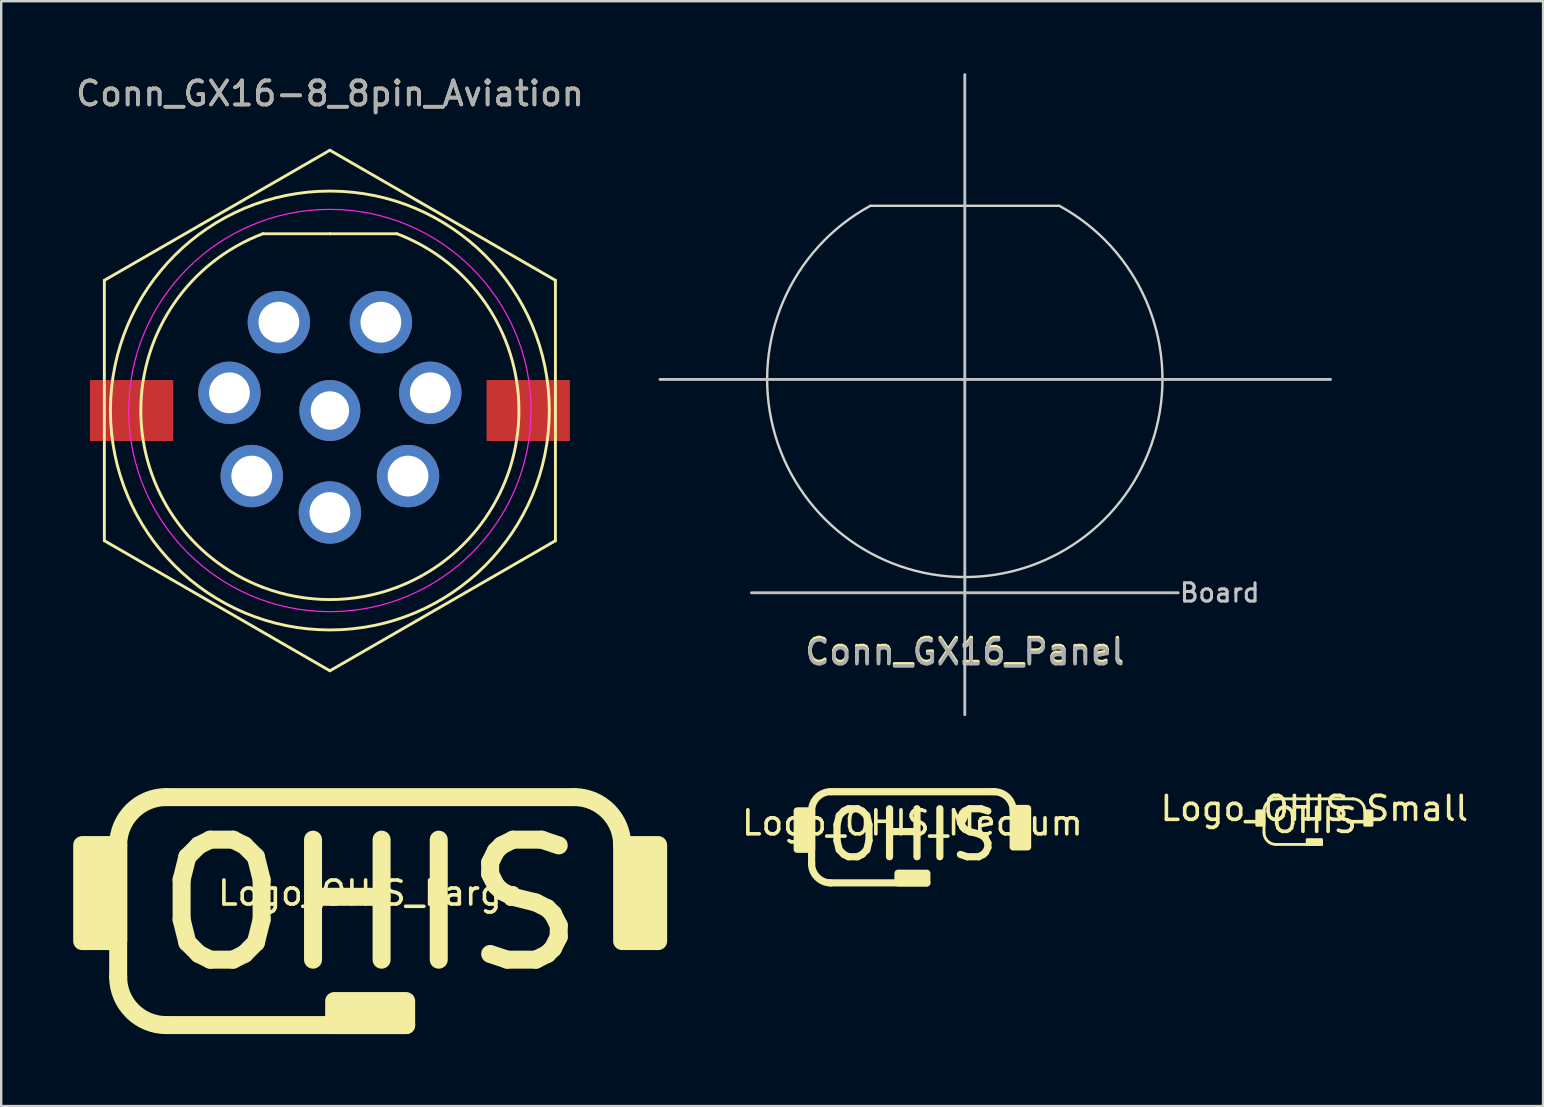
<source format=kicad_pcb>
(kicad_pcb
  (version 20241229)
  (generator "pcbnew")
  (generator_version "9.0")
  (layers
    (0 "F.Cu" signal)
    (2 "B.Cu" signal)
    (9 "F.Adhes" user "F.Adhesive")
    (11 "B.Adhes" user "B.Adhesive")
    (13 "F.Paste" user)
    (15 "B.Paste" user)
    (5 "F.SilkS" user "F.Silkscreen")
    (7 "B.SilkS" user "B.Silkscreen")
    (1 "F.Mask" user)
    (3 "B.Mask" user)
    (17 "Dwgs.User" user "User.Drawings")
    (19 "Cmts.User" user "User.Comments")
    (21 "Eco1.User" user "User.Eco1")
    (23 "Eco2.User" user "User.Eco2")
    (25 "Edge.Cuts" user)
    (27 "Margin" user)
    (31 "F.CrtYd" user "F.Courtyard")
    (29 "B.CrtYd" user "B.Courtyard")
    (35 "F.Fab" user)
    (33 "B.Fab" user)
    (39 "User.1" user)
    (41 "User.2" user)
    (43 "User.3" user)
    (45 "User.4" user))
  (footprint "Logo_OHIS_Medium"
    (layer "F.Cu")
    (at 34.97 31.74)
    (property "Reference" "Logo_OHIS_Medium" (at 0 -0.5 0) (unlocked yes) (layer "F.SilkS") (effects (font (size 1 1) (thickness 0.15))))
    (fp_line (start -4.2 1.2) (end -4.2 -1) (stroke (width 0.3) (type solid)) (layer "F.SilkS"))
    (fp_line (start 0.6 2) (end -3.4 2) (stroke (width 0.3) (type solid)) (layer "F.SilkS"))
    (fp_line (start 3.4 -1.8) (end -3.4 -1.8) (stroke (width 0.3) (type solid)) (layer "F.SilkS"))
    (fp_rect (start -4.2 0.6) (end -4.8 -1) (stroke (width 0.3) (type solid)) (fill yes) (layer "F.SilkS"))
    (fp_rect (start 0.6 2) (end -0.6 1.6) (stroke (width 0.3) (type solid)) (fill yes) (layer "F.SilkS"))
    (fp_rect (start 4.8 0.5) (end 4.2 -1.1) (stroke (width 0.3) (type solid)) (fill yes) (layer "F.SilkS"))
    (fp_arc (start -4.2 -1) (mid -3.965685 -1.565685) (end -3.4 -1.8) (stroke (width 0.3) (type solid)) (layer "F.SilkS"))
    (fp_arc (start -3.400001 2) (mid -3.965686 1.765685) (end -4.200001 1.2) (stroke (width 0.3) (type solid)) (layer "F.SilkS"))
    (fp_arc (start 3.4 -1.8) (mid 3.965685 -1.565685) (end 4.2 -1) (stroke (width 0.3) (type solid)) (layer "F.SilkS"))
    (fp_text user "OHIS" (at 0 0 0) (unlocked yes) (layer "F.SilkS") (effects (font (size 2 2) (thickness 0.3)))))
  (footprint "Logo_OHIS_Large"
    (layer "F.Cu")
    (at 12.375 34.665)
    (property "Reference" "Logo_OHIS_Large" (at 0 -0.5 0) (unlocked yes) (layer "F.SilkS") (effects (font (size 1 1) (thickness 0.15))))
    (fp_line (start -10.5 -2.5) (end -10.5 3) (stroke (width 0.75) (type solid)) (layer "F.SilkS"))
    (fp_line (start 1.5 5) (end -8.5 5) (stroke (width 0.75) (type solid)) (layer "F.SilkS"))
    (fp_line (start 8.5 -4.5) (end -8.5 -4.5) (stroke (width 0.75) (type solid)) (layer "F.SilkS"))
    (fp_rect (start -10.5 -2.5) (end -12 1.5) (stroke (width 0.75) (type solid)) (fill yes) (layer "F.SilkS"))
    (fp_rect (start 1.5 4) (end -1.5 5) (stroke (width 0.75) (type solid)) (fill yes) (layer "F.SilkS"))
    (fp_rect (start 12 -2.5) (end 10.5 1.5) (stroke (width 0.75) (type solid)) (fill yes) (layer "F.SilkS"))
    (fp_arc (start -10.5 -2.5) (mid -9.914214 -3.914214) (end -8.5 -4.5) (stroke (width 0.75) (type solid)) (layer "F.SilkS"))
    (fp_arc (start -8.499999 4.999999) (mid -9.914213 4.414213) (end -10.499999 2.999999) (stroke (width 0.75) (type solid)) (layer "F.SilkS"))
    (fp_arc (start 8.499999 -4.499999) (mid 9.914213 -3.914213) (end 10.499999 -2.499999) (stroke (width 0.75) (type solid)) (layer "F.SilkS"))
    (fp_text user "OHIS" (at 0 0 0) (unlocked yes) (layer "F.SilkS") (effects (font (size 5 5) (thickness 0.75)))))
  (footprint "Conn_GX16_Panel"
    (layer "F.Cu")
    (at 37.153 21.65)
    (property "Reference" "Conn_GX16_Panel" (at 0 2.413 0) (unlocked yes) (layer "F.SilkS") (effects (font (size 1 1) (thickness 0.15))))
    (fp_circle (center 0 -9.017) (end 9.525 -9.017) (stroke (width 0.15) (type solid)) (fill yes) (layer "B.Mask"))
    (fp_line (start -12.7 -8.89) (end 15.24 -8.89) (stroke (width 0.12) (type default)) (layer "Dwgs.User"))
    (fp_line (start -8.89 0) (end 8.89 0) (stroke (width 0.12) (type solid)) (layer "Dwgs.User"))
    (fp_line (start 0 -21.59) (end 0 5.08) (stroke (width 0.12) (type default)) (layer "Dwgs.User"))
    (fp_line (start -3.937 -16.124) (end 3.935 -16.125) (stroke (width 0.1) (type solid)) (layer "Edge.Cuts"))
    (fp_arc (start 3.934964 -16.125257) (mid 0.001159 -0.653928) (end -3.937 -16.124149) (stroke (width 0.1) (type solid)) (layer "Edge.Cuts"))
    (fp_text user "Board" (at 8.89 0 0) (unlocked yes) (layer "Dwgs.User") (effects (font (size 0.762 0.762) (thickness 0.127)) (justify left)))
    (fp_text user "${REFERENCE}" (at 0 2.5 0) (unlocked yes) (layer "F.Fab") (effects (font (size 1 1) (thickness 0.15)))))
  (footprint "Logo_OHIS_Small"
    (layer "F.Cu")
    (at 51.72 31.138)
    (property "Reference" "Logo_OHIS_Small" (at 0 -0.5 0) (unlocked yes) (layer "F.SilkS") (effects (font (size 1 1) (thickness 0.15))))
    (fp_line (start -2.1 -0.4) (end -2.1 0.5) (stroke (width 0.12) (type solid)) (layer "F.SilkS"))
    (fp_line (start -1.6 1) (end 0.3 1) (stroke (width 0.12) (type solid)) (layer "F.SilkS"))
    (fp_line (start 1.6 -0.9) (end -1.6 -0.9) (stroke (width 0.12) (type solid)) (layer "F.SilkS"))
    (fp_rect (start -2.1 0.2) (end -2.4 -0.4) (stroke (width 0.12) (type solid)) (fill yes) (layer "F.SilkS"))
    (fp_rect (start 0.3 1) (end -0.3 0.8) (stroke (width 0.12) (type solid)) (fill yes) (layer "F.SilkS"))
    (fp_rect (start 2.4 0.2) (end 2.1 -0.4) (stroke (width 0.12) (type solid)) (fill yes) (layer "F.SilkS"))
    (fp_arc (start -2.1 -0.4) (mid -1.953553 -0.753553) (end -1.6 -0.9) (stroke (width 0.12) (type solid)) (layer "F.SilkS"))
    (fp_arc (start -1.6 1) (mid -1.953553 0.853553) (end -2.1 0.5) (stroke (width 0.12) (type solid)) (layer "F.SilkS"))
    (fp_arc (start 1.6 -0.9) (mid 1.953553 -0.753553) (end 2.1 -0.4) (stroke (width 0.12) (type solid)) (layer "F.SilkS"))
    (fp_text user "OHIS" (at 0 0 0) (unlocked yes) (layer "F.SilkS") (effects (font (size 1 1) (thickness 0.15)))))
  (footprint "Conn_GX16-8_8pin_Aviation"
    (layer "F.Cu")
    (at 10.696 14.056)
    (property "Reference" "Conn_GX16-8_8pin_Aviation" (at 0 -13.208 0) (unlocked yes) (layer "F.SilkS") (effects (font (size 1 1) (thickness 0.15))))
    (attr through_hole)
    (fp_line (start -9.398 5.425) (end -9.398 -5.425) (stroke (width 0.12) (type solid)) (layer "F.SilkS"))
    (fp_line (start -9.398 5.425) (end 0 10.846) (stroke (width 0.12) (type solid)) (layer "F.SilkS"))
    (fp_line (start 0 -10.846) (end -9.398 -5.425) (stroke (width 0.12) (type solid)) (layer "F.SilkS"))
    (fp_line (start 0 -10.846) (end 9.398 -5.425) (stroke (width 0.12) (type solid)) (layer "F.SilkS"))
    (fp_line (start 0 -7.366) (end -2.794 -7.366) (stroke (width 0.12) (type solid)) (layer "F.SilkS"))
    (fp_line (start 0 -7.366) (end 2.794 -7.366) (stroke (width 0.12) (type solid)) (layer "F.SilkS"))
    (fp_line (start 0 10.846) (end 9.398 5.425) (stroke (width 0.12) (type solid)) (layer "F.SilkS"))
    (fp_line (start 9.398 5.425) (end 9.398 -5.425) (stroke (width 0.12) (type solid)) (layer "F.SilkS"))
    (fp_arc (start -2.794 7.365999) (mid -7.878095 0) (end -2.794 -7.365999) (stroke (width 0.12) (type solid)) (layer "F.SilkS"))
    (fp_arc (start 2.794 -7.365999) (mid 7.878095 0) (end 2.794 7.365999) (stroke (width 0.12) (type solid)) (layer "F.SilkS"))
    (fp_arc (start 2.794 7.365998) (mid 0 7.878094) (end -2.794 7.365998) (stroke (width 0.12) (type solid)) (layer "F.SilkS"))
    (fp_circle (center 0 0) (end 9.144 0) (stroke (width 0.12) (type solid)) (fill no) (layer "F.SilkS"))
    (fp_circle (center 0 0) (end 8.382 0) (stroke (width 0.05) (type solid)) (fill no) (layer "F.CrtYd"))
    (fp_text user "${REFERENCE}" (at 0 -13.208 0) (unlocked yes) (layer "F.Fab") (effects (font (size 1 1) (thickness 0.15))))
    (pad "1" thru_hole circle (at -2.125 -3.681) (size 2.6 2.6) (drill 1.7) (layers "*.Cu" "*.Mask"))
    (pad "2" thru_hole circle (at -4.185 -0.738) (size 2.6 2.6) (drill 1.7) (layers "*.Cu" "*.Mask"))
    (pad "3" thru_hole circle (at -3.256 2.732) (size 2.6 2.6) (drill 1.7) (layers "*.Cu" "*.Mask"))
    (pad "4" thru_hole circle (at 0 4.25) (size 2.6 2.6) (drill 1.7) (layers "*.Cu" "*.Mask"))
    (pad "5" thru_hole circle (at 3.256 2.732) (size 2.6 2.6) (drill 1.7) (layers "*.Cu" "*.Mask"))
    (pad "6" thru_hole circle (at 4.185 -0.738) (size 2.6 2.6) (drill 1.7) (layers "*.Cu" "*.Mask"))
    (pad "7" thru_hole circle (at 2.125 -3.681) (size 2.6 2.6) (drill 1.7) (layers "*.Cu" "*.Mask"))
    (pad "8" thru_hole circle (at 0 0) (size 2.54 2.54) (drill 1.6) (layers "*.Cu" "*.Mask"))
    (pad "MP" smd rect (at -8.265 0) (size 3.47 2.54) (layers "F.Cu" "F.Mask" "F.Paste"))
    (pad "MP" smd rect (at 8.265 0) (size 3.47 2.54) (layers "F.Cu" "F.Mask" "F.Paste")))
  (gr_rect
    (start -3 -3)
    (end 61.25 43.04)
    (stroke (width 0.1) (type default))
    (fill no)
    (layer "Edge.Cuts")))
</source>
